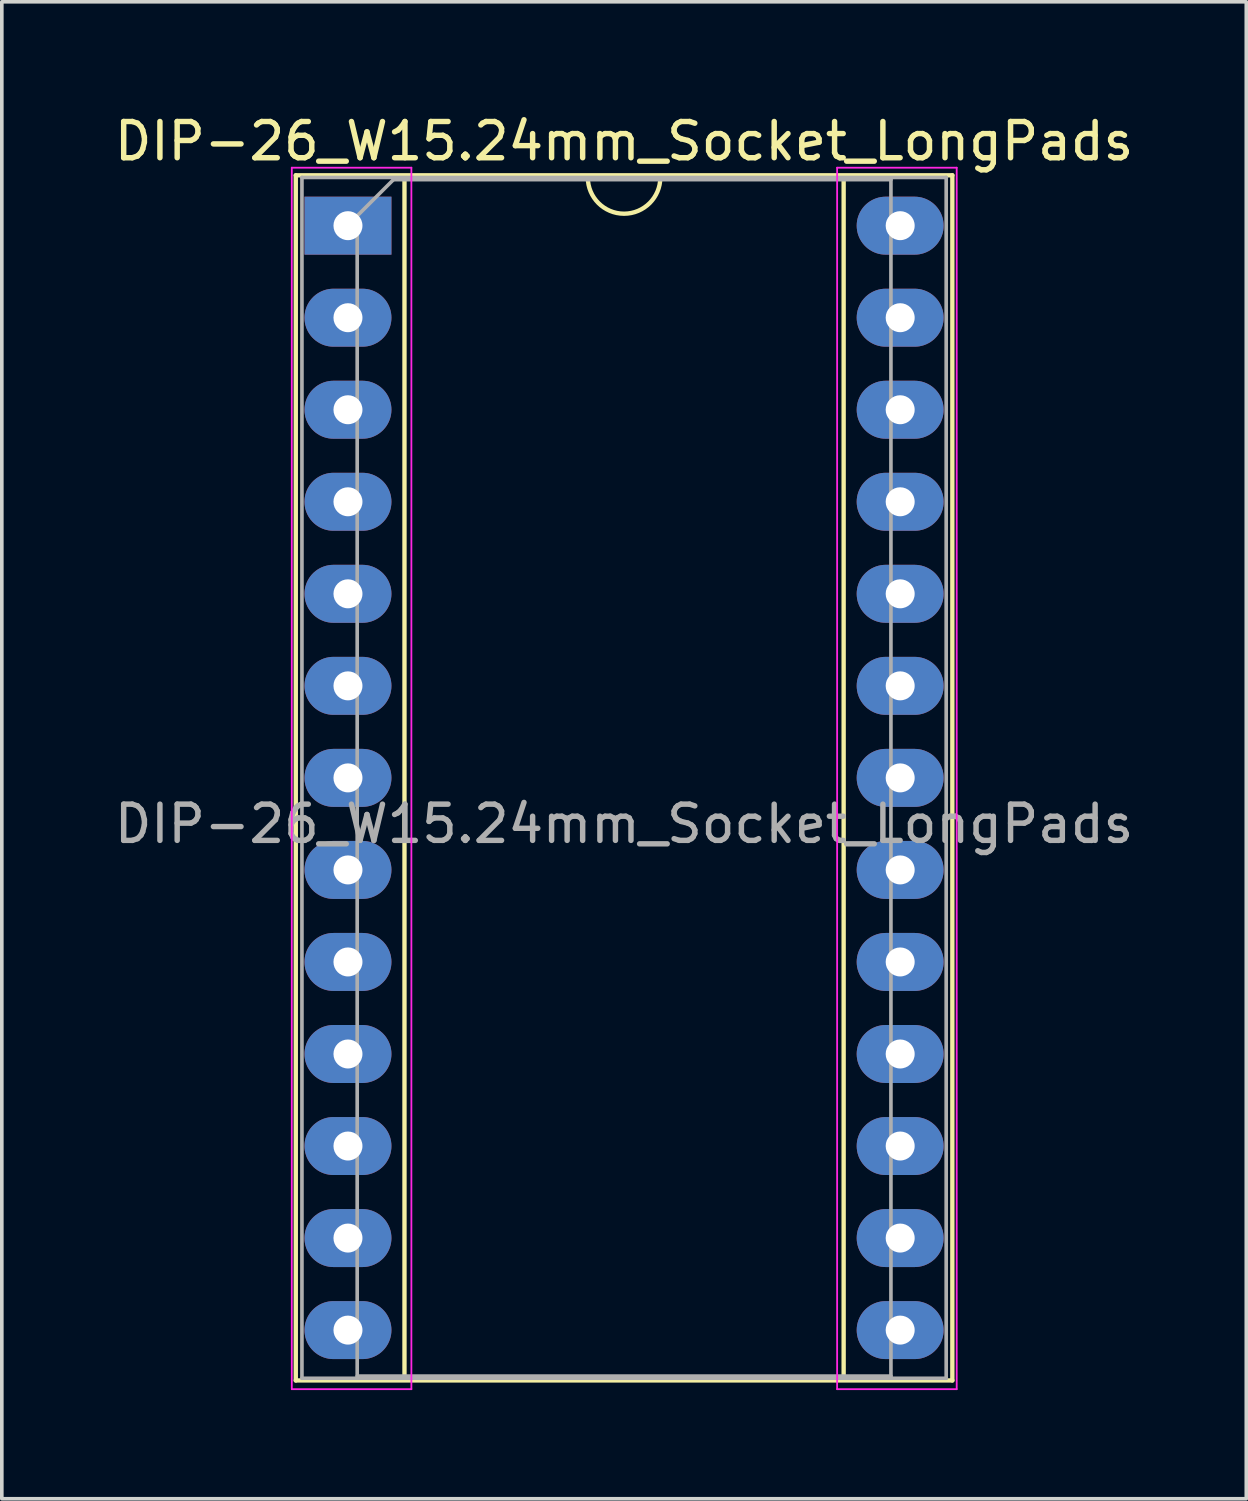
<source format=kicad_pcb>
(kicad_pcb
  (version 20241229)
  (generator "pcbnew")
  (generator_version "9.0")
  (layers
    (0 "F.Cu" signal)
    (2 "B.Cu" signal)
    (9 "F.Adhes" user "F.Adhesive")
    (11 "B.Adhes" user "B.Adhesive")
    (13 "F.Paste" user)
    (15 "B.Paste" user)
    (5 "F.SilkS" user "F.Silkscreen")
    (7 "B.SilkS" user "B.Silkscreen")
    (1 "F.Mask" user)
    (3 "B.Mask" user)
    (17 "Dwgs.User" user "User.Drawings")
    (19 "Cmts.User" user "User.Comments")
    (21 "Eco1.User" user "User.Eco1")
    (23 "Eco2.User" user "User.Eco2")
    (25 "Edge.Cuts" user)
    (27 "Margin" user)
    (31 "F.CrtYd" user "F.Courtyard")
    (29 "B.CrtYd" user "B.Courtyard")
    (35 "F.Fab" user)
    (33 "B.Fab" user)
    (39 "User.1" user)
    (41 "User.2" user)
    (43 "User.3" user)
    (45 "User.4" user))
  (footprint "DIP-26_W15.24mm_Socket_LongPads"
    (layer "F.Cu")
    (at 6.553 3.178)
    (property "Reference" "DIP-26_W15.24mm_Socket_LongPads" (at 7.62 -2.33 0) (layer "F.SilkS") (effects (font (size 1 1) (thickness 0.15))))
    (attr through_hole)
    (fp_line (start -1.44 -1.39) (end -1.44 31.87) (stroke (width 0.12) (type solid)) (layer "F.SilkS"))
    (fp_line (start -1.44 31.87) (end 16.68 31.87) (stroke (width 0.12) (type solid)) (layer "F.SilkS"))
    (fp_line (start 1.56 -1.33) (end 1.56 31.81) (stroke (width 0.12) (type solid)) (layer "F.SilkS"))
    (fp_line (start 1.56 31.81) (end 13.68 31.81) (stroke (width 0.12) (type solid)) (layer "F.SilkS"))
    (fp_line (start 6.62 -1.33) (end 1.56 -1.33) (stroke (width 0.12) (type solid)) (layer "F.SilkS"))
    (fp_line (start 13.68 -1.33) (end 8.62 -1.33) (stroke (width 0.12) (type solid)) (layer "F.SilkS"))
    (fp_line (start 13.68 31.81) (end 13.68 -1.33) (stroke (width 0.12) (type solid)) (layer "F.SilkS"))
    (fp_line (start 16.68 -1.39) (end -1.44 -1.39) (stroke (width 0.12) (type solid)) (layer "F.SilkS"))
    (fp_line (start 16.68 31.87) (end 16.68 -1.39) (stroke (width 0.12) (type solid)) (layer "F.SilkS"))
    (fp_arc (start 8.62 -1.33) (mid 7.62 -0.33) (end 6.62 -1.33) (stroke (width 0.12) (type solid)) (layer "F.SilkS"))
    (fp_line (start -1.55 -1.6) (end -1.55 32.11) (stroke (width 0.05) (type solid)) (layer "F.CrtYd"))
    (fp_line (start -1.55 32.11) (end 1.75 32.11) (stroke (width 0.05) (type solid)) (layer "F.CrtYd"))
    (fp_line (start 1.75 -1.6) (end -1.55 -1.6) (stroke (width 0.05) (type solid)) (layer "F.CrtYd"))
    (fp_line (start 1.75 -1.6) (end 1.75 32.11) (stroke (width 0.05) (type solid)) (layer "F.CrtYd"))
    (fp_line (start 13.5 -1.6) (end 13.5 32.11) (stroke (width 0.05) (type solid)) (layer "F.CrtYd"))
    (fp_line (start 13.5 32.11) (end 16.8 32.11) (stroke (width 0.05) (type solid)) (layer "F.CrtYd"))
    (fp_line (start 16.8 -1.6) (end 13.5 -1.6) (stroke (width 0.05) (type solid)) (layer "F.CrtYd"))
    (fp_line (start 16.8 32.11) (end 16.8 -1.6) (stroke (width 0.05) (type solid)) (layer "F.CrtYd"))
    (fp_line (start -1.27 -1.33) (end -1.27 31.81) (stroke (width 0.1) (type solid)) (layer "F.Fab"))
    (fp_line (start -1.27 31.81) (end 16.51 31.81) (stroke (width 0.1) (type solid)) (layer "F.Fab"))
    (fp_line (start 0.255 -0.27) (end 1.255 -1.27) (stroke (width 0.1) (type solid)) (layer "F.Fab"))
    (fp_line (start 0.255 31.75) (end 0.255 -0.27) (stroke (width 0.1) (type solid)) (layer "F.Fab"))
    (fp_line (start 1.255 -1.27) (end 14.985 -1.27) (stroke (width 0.1) (type solid)) (layer "F.Fab"))
    (fp_line (start 14.985 -1.27) (end 14.985 31.75) (stroke (width 0.1) (type solid)) (layer "F.Fab"))
    (fp_line (start 14.985 31.75) (end 0.255 31.75) (stroke (width 0.1) (type solid)) (layer "F.Fab"))
    (fp_line (start 16.51 -1.33) (end -1.27 -1.33) (stroke (width 0.1) (type solid)) (layer "F.Fab"))
    (fp_line (start 16.51 31.81) (end 16.51 -1.33) (stroke (width 0.1) (type solid)) (layer "F.Fab"))
    (fp_text user "${REFERENCE}" (at 7.62 16.51 0) (layer "F.Fab") (effects (font (size 1 1) (thickness 0.15))))
    (pad "1" thru_hole rect (at 0 0) (size 2.4 1.6) (drill 0.8) (layers "*.Cu" "*.Mask"))
    (pad "2" thru_hole oval (at 0 2.54) (size 2.4 1.6) (drill 0.8) (layers "*.Cu" "*.Mask"))
    (pad "3" thru_hole oval (at 0 5.08) (size 2.4 1.6) (drill 0.8) (layers "*.Cu" "*.Mask"))
    (pad "4" thru_hole oval (at 0 7.62) (size 2.4 1.6) (drill 0.8) (layers "*.Cu" "*.Mask"))
    (pad "5" thru_hole oval (at 0 10.16) (size 2.4 1.6) (drill 0.8) (layers "*.Cu" "*.Mask"))
    (pad "6" thru_hole oval (at 0 12.7) (size 2.4 1.6) (drill 0.8) (layers "*.Cu" "*.Mask"))
    (pad "7" thru_hole oval (at 0 15.24) (size 2.4 1.6) (drill 0.8) (layers "*.Cu" "*.Mask"))
    (pad "8" thru_hole oval (at 0 17.78) (size 2.4 1.6) (drill 0.8) (layers "*.Cu" "*.Mask"))
    (pad "9" thru_hole oval (at 0 20.32) (size 2.4 1.6) (drill 0.8) (layers "*.Cu" "*.Mask"))
    (pad "10" thru_hole oval (at 0 22.86) (size 2.4 1.6) (drill 0.8) (layers "*.Cu" "*.Mask"))
    (pad "11" thru_hole oval (at 0 25.4) (size 2.4 1.6) (drill 0.8) (layers "*.Cu" "*.Mask"))
    (pad "12" thru_hole oval (at 0 27.94) (size 2.4 1.6) (drill 0.8) (layers "*.Cu" "*.Mask"))
    (pad "13" thru_hole oval (at 0 30.48) (size 2.4 1.6) (drill 0.8) (layers "*.Cu" "*.Mask"))
    (pad "14" thru_hole oval (at 15.24 30.48) (size 2.4 1.6) (drill 0.8) (layers "*.Cu" "*.Mask"))
    (pad "15" thru_hole oval (at 15.24 27.94) (size 2.4 1.6) (drill 0.8) (layers "*.Cu" "*.Mask"))
    (pad "16" thru_hole oval (at 15.24 25.4) (size 2.4 1.6) (drill 0.8) (layers "*.Cu" "*.Mask"))
    (pad "17" thru_hole oval (at 15.24 22.86) (size 2.4 1.6) (drill 0.8) (layers "*.Cu" "*.Mask"))
    (pad "18" thru_hole oval (at 15.24 20.32) (size 2.4 1.6) (drill 0.8) (layers "*.Cu" "*.Mask"))
    (pad "19" thru_hole oval (at 15.24 17.78) (size 2.4 1.6) (drill 0.8) (layers "*.Cu" "*.Mask"))
    (pad "20" thru_hole oval (at 15.24 15.24) (size 2.4 1.6) (drill 0.8) (layers "*.Cu" "*.Mask"))
    (pad "21" thru_hole oval (at 15.24 12.7) (size 2.4 1.6) (drill 0.8) (layers "*.Cu" "*.Mask"))
    (pad "22" thru_hole oval (at 15.24 10.16) (size 2.4 1.6) (drill 0.8) (layers "*.Cu" "*.Mask"))
    (pad "23" thru_hole oval (at 15.24 7.62) (size 2.4 1.6) (drill 0.8) (layers "*.Cu" "*.Mask"))
    (pad "24" thru_hole oval (at 15.24 5.08) (size 2.4 1.6) (drill 0.8) (layers "*.Cu" "*.Mask"))
    (pad "25" thru_hole oval (at 15.24 2.54) (size 2.4 1.6) (drill 0.8) (layers "*.Cu" "*.Mask"))
    (pad "26" thru_hole oval (at 15.24 0) (size 2.4 1.6) (drill 0.8) (layers "*.Cu" "*.Mask")))
  (gr_rect
    (start -3 -3)
    (end 31.345 38.313)
    (stroke (width 0.1) (type default))
    (fill no)
    (layer "Edge.Cuts")))
</source>
